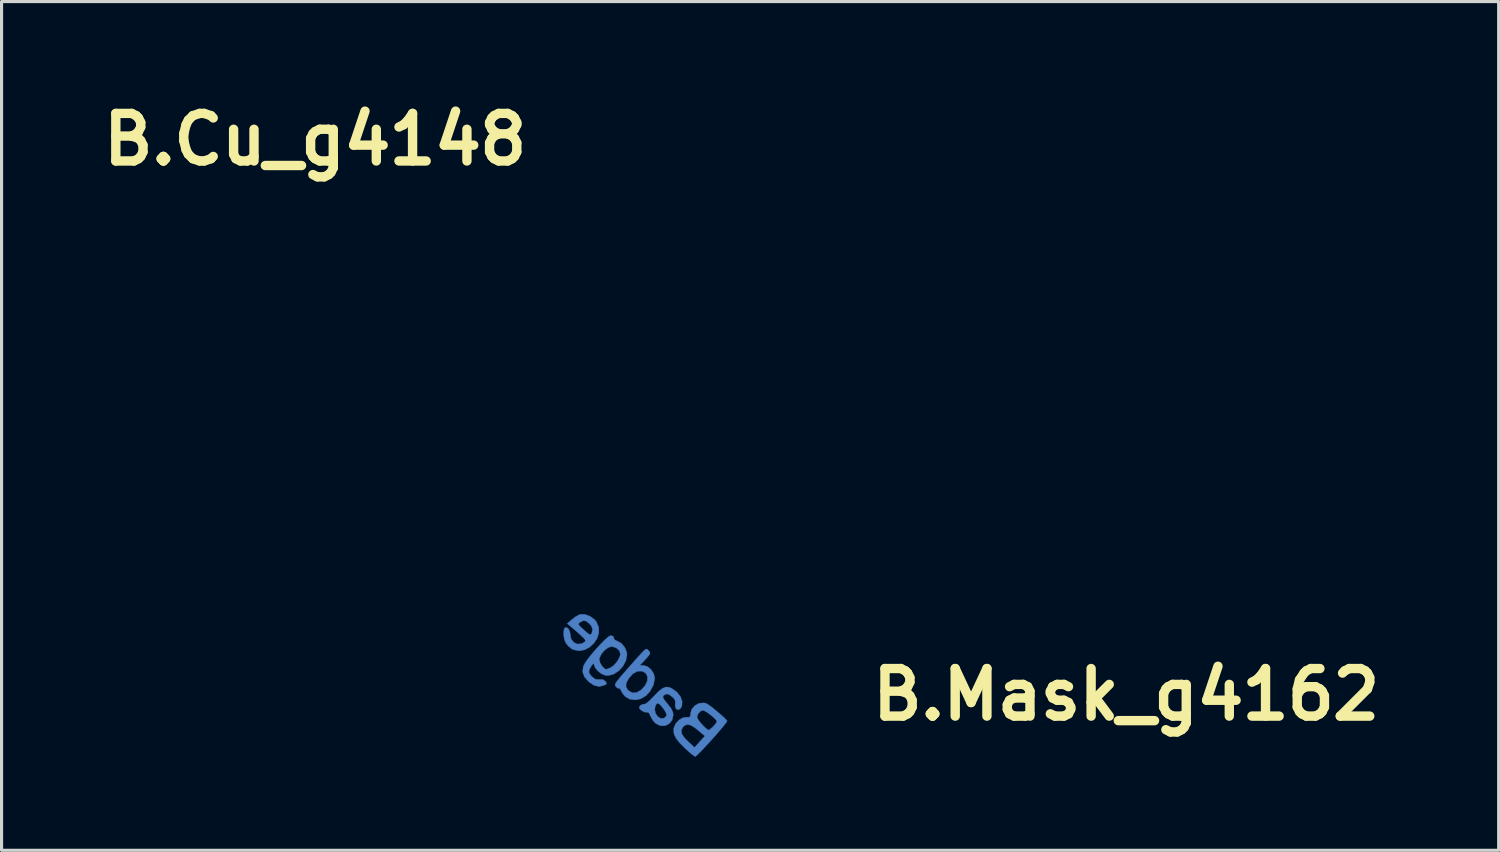
<source format=kicad_pcb>
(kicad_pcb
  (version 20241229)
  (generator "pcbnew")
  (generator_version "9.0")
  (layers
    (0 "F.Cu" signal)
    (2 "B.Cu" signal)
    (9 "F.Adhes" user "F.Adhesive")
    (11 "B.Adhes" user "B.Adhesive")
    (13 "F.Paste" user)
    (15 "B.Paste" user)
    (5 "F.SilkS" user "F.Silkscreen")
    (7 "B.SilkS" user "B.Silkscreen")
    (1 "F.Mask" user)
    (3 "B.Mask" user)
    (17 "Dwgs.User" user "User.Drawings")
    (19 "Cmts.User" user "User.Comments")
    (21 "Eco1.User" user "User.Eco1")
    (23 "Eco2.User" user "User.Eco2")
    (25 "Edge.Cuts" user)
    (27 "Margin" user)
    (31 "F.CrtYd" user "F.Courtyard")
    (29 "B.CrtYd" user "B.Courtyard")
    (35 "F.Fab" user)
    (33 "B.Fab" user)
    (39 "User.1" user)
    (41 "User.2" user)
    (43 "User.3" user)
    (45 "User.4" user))
  (footprint "B.Cu_g4148"
    (layer "F.Cu")
    (at 7.047 1.418)
    (property "Reference" "B.Cu_g4148" (at 0 0 0) (layer "F.SilkS") (effects (font (size 1.524 1.524) (thickness 0.3))))
    (attr through_hole)
    (fp_poly (pts (xy 10.644 16.333) (xy 10.667 16.358) (xy 10.685 16.378) (xy 10.723 16.427) (xy 10.727 16.472) (xy 10.69 16.533) (xy 10.603 16.632) (xy 10.582 16.655) (xy 10.403 16.849) (xy 10.519 16.849) (xy 10.647 16.887) (xy 10.764 16.985) (xy 10.848 17.119) (xy 10.88 17.259) (xy 10.839 17.478) (xy 10.724 17.686) (xy 10.598 17.822) (xy 10.434 17.92) (xy 10.251 17.957) (xy 10.074 17.93) (xy 9.938 17.85) (xy 9.855 17.754) (xy 9.803 17.66) (xy 9.802 17.659) (xy 9.767 17.596) (xy 9.739 17.588) (xy 9.689 17.577) (xy 9.638 17.534) (xy 9.958 17.534) (xy 10.019 17.639) (xy 10.033 17.653) (xy 10.158 17.727) (xy 10.299 17.72) (xy 10.448 17.633) (xy 10.573 17.494) (xy 10.64 17.35) (xy 10.648 17.215) (xy 10.596 17.105) (xy 10.484 17.037) (xy 10.471 17.034) (xy 10.32 17.038) (xy 10.173 17.122) (xy 10.045 17.269) (xy 9.966 17.416) (xy 9.958 17.534) (xy 9.638 17.534) (xy 9.637 17.533) (xy 9.614 17.5) (xy 9.611 17.462) (xy 9.635 17.408) (xy 9.692 17.327) (xy 9.79 17.208) (xy 9.936 17.041) (xy 9.996 16.973) (xy 10.195 16.747) (xy 10.346 16.577) (xy 10.455 16.456) (xy 10.532 16.379) (xy 10.584 16.337) (xy 10.618 16.324) (xy 10.644 16.333)) (stroke (width 0.01) (type solid)) (fill yes) (layer "B.Cu"))
    (fp_poly (pts (xy 8.643 15.215) (xy 8.806 15.276) (xy 8.951 15.383) (xy 9.009 15.453) (xy 9.084 15.627) (xy 9.088 15.807) (xy 9.033 15.982) (xy 8.931 16.139) (xy 8.793 16.267) (xy 8.631 16.352) (xy 8.455 16.383) (xy 8.278 16.348) (xy 8.207 16.312) (xy 8.102 16.222) (xy 8.027 16.126) (xy 7.985 16.017) (xy 7.963 15.883) (xy 7.962 15.756) (xy 7.984 15.664) (xy 8.003 15.641) (xy 8.071 15.638) (xy 8.131 15.7) (xy 8.166 15.805) (xy 8.17 15.859) (xy 8.203 16.009) (xy 8.29 16.116) (xy 8.41 16.167) (xy 8.545 16.151) (xy 8.616 16.112) (xy 8.654 16.078) (xy 8.657 16.041) (xy 8.616 15.986) (xy 8.523 15.897) (xy 8.477 15.855) (xy 8.352 15.743) (xy 8.238 15.645) (xy 8.167 15.585) (xy 8.116 15.543) (xy 8.442 15.543) (xy 8.486 15.599) (xy 8.586 15.692) (xy 8.594 15.7) (xy 8.714 15.805) (xy 8.787 15.857) (xy 8.829 15.863) (xy 8.855 15.829) (xy 8.864 15.808) (xy 8.887 15.687) (xy 8.845 15.581) (xy 8.786 15.513) (xy 8.679 15.429) (xy 8.584 15.418) (xy 8.486 15.469) (xy 8.445 15.505) (xy 8.442 15.543) (xy 8.116 15.543) (xy 8.076 15.511) (xy 8.23 15.376) (xy 8.345 15.289) (xy 8.455 15.227) (xy 8.49 15.214) (xy 8.643 15.215)) (stroke (width 0.01) (type solid)) (fill yes) (layer "B.Cu"))
    (fp_poly (pts (xy 11.341 17.551) (xy 11.42 17.585) (xy 11.586 17.701) (xy 11.701 17.845) (xy 11.758 17.999) (xy 11.749 18.147) (xy 11.71 18.225) (xy 11.642 18.274) (xy 11.578 18.255) (xy 11.536 18.184) (xy 11.536 18.077) (xy 11.536 18.075) (xy 11.539 17.986) (xy 11.493 17.908) (xy 11.429 17.849) (xy 11.331 17.779) (xy 11.26 17.765) (xy 11.215 17.782) (xy 11.157 17.822) (xy 11.142 17.87) (xy 11.176 17.94) (xy 11.263 18.051) (xy 11.303 18.098) (xy 11.41 18.238) (xy 11.462 18.354) (xy 11.472 18.441) (xy 11.437 18.601) (xy 11.344 18.718) (xy 11.212 18.782) (xy 11.062 18.783) (xy 10.913 18.713) (xy 10.909 18.71) (xy 10.818 18.609) (xy 10.748 18.482) (xy 10.746 18.477) (xy 10.696 18.376) (xy 10.64 18.349) (xy 10.623 18.352) (xy 10.542 18.344) (xy 10.453 18.294) (xy 10.427 18.269) (xy 10.88 18.269) (xy 10.909 18.395) (xy 10.981 18.495) (xy 11.077 18.55) (xy 11.176 18.542) (xy 11.181 18.54) (xy 11.246 18.477) (xy 11.261 18.43) (xy 11.236 18.36) (xy 11.172 18.256) (xy 11.129 18.197) (xy 11.044 18.1) (xy 10.986 18.064) (xy 10.939 18.08) (xy 10.939 18.08) (xy 10.897 18.154) (xy 10.88 18.265) (xy 10.88 18.269) (xy 10.427 18.269) (xy 10.388 18.23) (xy 10.386 18.18) (xy 10.412 18.143) (xy 10.484 18.096) (xy 10.532 18.096) (xy 10.594 18.077) (xy 10.699 17.993) (xy 10.842 17.849) (xy 10.846 17.844) (xy 11.005 17.682) (xy 11.13 17.584) (xy 11.238 17.542) (xy 11.341 17.551)) (stroke (width 0.01) (type solid)) (fill yes) (layer "B.Cu"))
    (fp_poly (pts (xy 9.535 15.915) (xy 9.55 15.917) (xy 9.565 15.952) (xy 9.567 15.98) (xy 9.603 16.036) (xy 9.673 16.069) (xy 9.809 16.143) (xy 9.919 16.272) (xy 9.983 16.43) (xy 9.991 16.505) (xy 9.956 16.696) (xy 9.863 16.874) (xy 9.727 17.023) (xy 9.565 17.129) (xy 9.393 17.176) (xy 9.301 17.171) (xy 9.174 17.119) (xy 9.053 17.025) (xy 8.965 16.914) (xy 8.932 16.814) (xy 8.916 16.789) (xy 8.867 16.842) (xy 8.848 16.87) (xy 8.78 16.991) (xy 8.774 17.082) (xy 8.831 17.172) (xy 8.872 17.215) (xy 8.972 17.291) (xy 9.073 17.304) (xy 9.1 17.3) (xy 9.22 17.304) (xy 9.291 17.355) (xy 9.338 17.417) (xy 9.321 17.455) (xy 9.277 17.48) (xy 9.108 17.528) (xy 8.935 17.491) (xy 8.766 17.375) (xy 8.627 17.216) (xy 8.569 17.058) (xy 8.589 16.891) (xy 8.608 16.842) (xy 8.664 16.745) (xy 8.722 16.665) (xy 9.102 16.665) (xy 9.127 16.763) (xy 9.188 16.868) (xy 9.263 16.949) (xy 9.323 16.976) (xy 9.383 16.958) (xy 9.478 16.915) (xy 9.481 16.913) (xy 9.592 16.826) (xy 9.693 16.699) (xy 9.762 16.564) (xy 9.779 16.48) (xy 9.741 16.374) (xy 9.646 16.289) (xy 9.521 16.247) (xy 9.497 16.245) (xy 9.384 16.281) (xy 9.266 16.371) (xy 9.166 16.492) (xy 9.108 16.617) (xy 9.102 16.665) (xy 8.722 16.665) (xy 8.758 16.616) (xy 8.879 16.466) (xy 9.014 16.311) (xy 9.151 16.162) (xy 9.278 16.035) (xy 9.383 15.941) (xy 9.453 15.895) (xy 9.47 15.893) (xy 9.535 15.915)) (stroke (width 0.01) (type solid)) (fill yes) (layer "B.Cu"))
    (fp_poly (pts (xy 12.534 18.07) (xy 12.603 18.111) (xy 12.712 18.192) (xy 12.842 18.296) (xy 12.974 18.408) (xy 13.091 18.512) (xy 13.172 18.593) (xy 13.2 18.629) (xy 13.178 18.671) (xy 13.108 18.762) (xy 13.003 18.889) (xy 12.872 19.041) (xy 12.727 19.205) (xy 12.579 19.368) (xy 12.44 19.518) (xy 12.319 19.643) (xy 12.229 19.73) (xy 12.18 19.768) (xy 12.177 19.769) (xy 12.126 19.741) (xy 12.032 19.667) (xy 11.91 19.56) (xy 11.844 19.5) (xy 11.666 19.32) (xy 11.552 19.17) (xy 11.494 19.036) (xy 11.487 18.933) (xy 11.73 18.933) (xy 11.747 19.043) (xy 11.833 19.172) (xy 11.94 19.28) (xy 12.153 19.48) (xy 12.319 19.297) (xy 12.484 19.113) (xy 12.348 18.995) (xy 12.168 18.848) (xy 12.028 18.765) (xy 11.919 18.744) (xy 11.829 18.781) (xy 11.779 18.831) (xy 11.73 18.933) (xy 11.487 18.933) (xy 11.485 18.904) (xy 11.492 18.852) (xy 11.551 18.714) (xy 11.658 18.598) (xy 11.788 18.524) (xy 11.903 18.51) (xy 11.989 18.512) (xy 11.991 18.509) (xy 12.234 18.509) (xy 12.262 18.574) (xy 12.332 18.67) (xy 12.424 18.774) (xy 12.517 18.864) (xy 12.59 18.917) (xy 12.609 18.923) (xy 12.651 18.896) (xy 12.728 18.831) (xy 12.751 18.809) (xy 12.827 18.723) (xy 12.868 18.653) (xy 12.869 18.642) (xy 12.837 18.589) (xy 12.756 18.509) (xy 12.65 18.421) (xy 12.541 18.344) (xy 12.453 18.296) (xy 12.422 18.288) (xy 12.335 18.324) (xy 12.263 18.41) (xy 12.234 18.509) (xy 11.991 18.509) (xy 12.019 18.47) (xy 12.023 18.413) (xy 12.061 18.261) (xy 12.16 18.141) (xy 12.299 18.065) (xy 12.456 18.05) (xy 12.534 18.07)) (stroke (width 0.01) (type solid)) (fill yes) (layer "B.Cu")))
  (footprint "B.Mask_g4162"
    (layer "F.Cu")
    (at 33.032 19.203)
    (property "Reference" "B.Mask_g4162" (at 0 0 0) (layer "F.SilkS") (effects (font (size 1.524 1.524) (thickness 0.3))))
    (attr through_hole)
    (fp_poly (pts (xy -4.283 -7.13) (xy -3.866 -6.997) (xy -3.457 -6.791) (xy -3.058 -6.512) (xy -2.676 -6.161) (xy -2.316 -5.739) (xy -2.222 -5.611) (xy -1.943 -5.161) (xy -1.747 -4.703) (xy -1.63 -4.231) (xy -1.591 -3.737) (xy -1.591 -3.725) (xy -1.629 -3.234) (xy -1.74 -2.773) (xy -1.92 -2.347) (xy -2.163 -1.965) (xy -2.464 -1.631) (xy -2.818 -1.353) (xy -3.221 -1.138) (xy -3.662 -0.993) (xy -3.921 -0.952) (xy -4.227 -0.935) (xy -4.548 -0.943) (xy -4.849 -0.973) (xy -5.059 -1.015) (xy -5.503 -1.165) (xy -5.897 -1.369) (xy -6.26 -1.64) (xy -6.531 -1.901) (xy -6.851 -2.293) (xy -7.099 -2.716) (xy -7.279 -3.18) (xy -7.396 -3.687) (xy -7.429 -3.915) (xy -7.444 -4.101) (xy -7.442 -4.284) (xy -7.423 -4.504) (xy -7.417 -4.557) (xy -7.338 -5.029) (xy -7.207 -5.446) (xy -7.017 -5.826) (xy -6.761 -6.185) (xy -6.63 -6.336) (xy -6.282 -6.662) (xy -5.91 -6.909) (xy -5.519 -7.079) (xy -5.114 -7.172) (xy -4.701 -7.188) (xy -4.283 -7.13)) (stroke (width 0.01) (type solid)) (fill yes) (layer "B.Mask"))
    (fp_poly (pts (xy -6.454 -19.174) (xy -6.033 -19.071) (xy -5.631 -18.891) (xy -5.258 -18.634) (xy -5.118 -18.511) (xy -4.74 -18.104) (xy -4.442 -17.672) (xy -4.223 -17.212) (xy -4.101 -16.816) (xy -4.066 -16.659) (xy -4.043 -16.514) (xy -4.03 -16.362) (xy -4.026 -16.18) (xy -4.028 -15.947) (xy -4.033 -15.769) (xy -4.049 -15.419) (xy -4.076 -15.13) (xy -4.119 -14.877) (xy -4.182 -14.636) (xy -4.27 -14.384) (xy -4.328 -14.238) (xy -4.544 -13.811) (xy -4.819 -13.419) (xy -5.143 -13.071) (xy -5.505 -12.779) (xy -5.895 -12.55) (xy -6.304 -12.394) (xy -6.392 -12.371) (xy -6.561 -12.339) (xy -6.761 -12.315) (xy -6.963 -12.299) (xy -7.137 -12.295) (xy -7.239 -12.302) (xy -7.719 -12.409) (xy -8.137 -12.566) (xy -8.502 -12.776) (xy -8.752 -12.975) (xy -9.068 -13.317) (xy -9.326 -13.711) (xy -9.526 -14.148) (xy -9.668 -14.617) (xy -9.751 -15.109) (xy -9.776 -15.615) (xy -9.741 -16.123) (xy -9.648 -16.625) (xy -9.495 -17.11) (xy -9.282 -17.569) (xy -9.009 -17.991) (xy -8.895 -18.133) (xy -8.589 -18.446) (xy -8.239 -18.718) (xy -7.864 -18.938) (xy -7.484 -19.094) (xy -7.324 -19.138) (xy -6.887 -19.198) (xy -6.454 -19.174)) (stroke (width 0.01) (type solid)) (fill yes) (layer "B.Mask"))
    (fp_poly (pts (xy 6.358 -17.756) (xy 6.769 -17.669) (xy 7.173 -17.515) (xy 7.558 -17.298) (xy 7.91 -17.022) (xy 8.002 -16.935) (xy 8.3 -16.586) (xy 8.538 -16.193) (xy 8.719 -15.752) (xy 8.843 -15.257) (xy 8.912 -14.706) (xy 8.927 -14.093) (xy 8.923 -13.934) (xy 8.91 -13.671) (xy 8.893 -13.469) (xy 8.867 -13.305) (xy 8.829 -13.157) (xy 8.794 -13.049) (xy 8.646 -12.705) (xy 8.444 -12.352) (xy 8.204 -12.011) (xy 7.942 -11.705) (xy 7.674 -11.454) (xy 7.605 -11.401) (xy 7.178 -11.13) (xy 6.746 -10.942) (xy 6.31 -10.838) (xy 5.872 -10.818) (xy 5.652 -10.84) (xy 5.454 -10.888) (xy 5.213 -10.977) (xy 4.997 -11.075) (xy 4.805 -11.176) (xy 4.648 -11.273) (xy 4.5 -11.387) (xy 4.338 -11.535) (xy 4.213 -11.659) (xy 3.94 -11.954) (xy 3.729 -12.237) (xy 3.563 -12.531) (xy 3.427 -12.862) (xy 3.388 -12.978) (xy 3.29 -13.311) (xy 3.225 -13.608) (xy 3.19 -13.9) (xy 3.179 -14.219) (xy 3.184 -14.494) (xy 3.196 -14.745) (xy 3.213 -14.938) (xy 3.239 -15.102) (xy 3.28 -15.263) (xy 3.34 -15.45) (xy 3.34 -15.452) (xy 3.549 -15.959) (xy 3.813 -16.417) (xy 4.127 -16.819) (xy 4.485 -17.159) (xy 4.882 -17.434) (xy 5.312 -17.635) (xy 5.565 -17.715) (xy 5.953 -17.773) (xy 6.358 -17.756)) (stroke (width 0.01) (type solid)) (fill yes) (layer "B.Mask")))
  (gr_rect
    (start -3 -3)
    (end 44.964 24.192)
    (stroke (width 0.1) (type default))
    (fill no)
    (layer "Edge.Cuts")))
</source>
